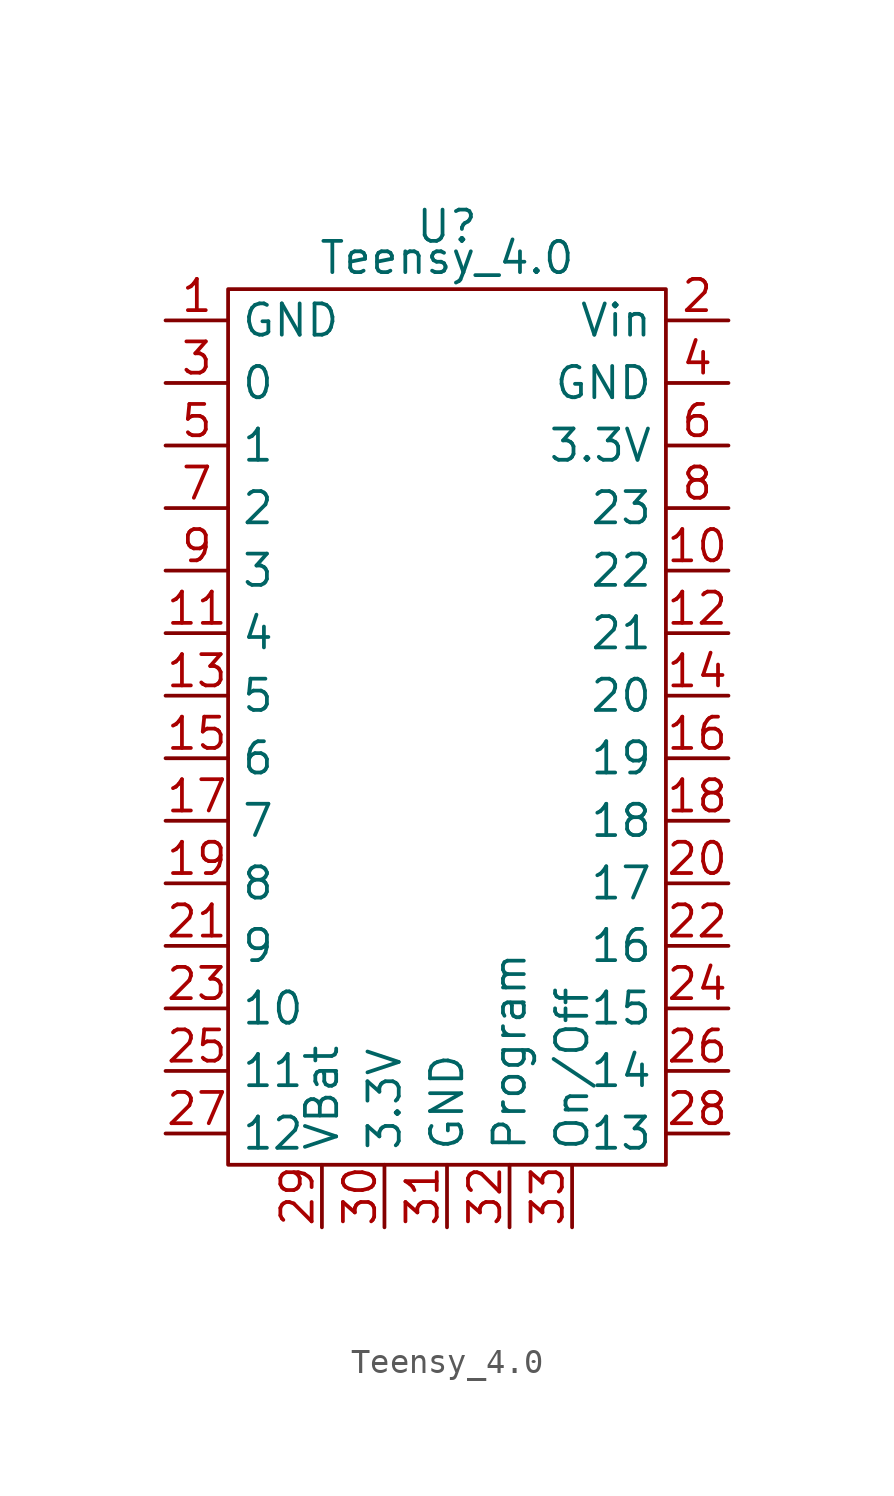
<source format=kicad_sym>
(kicad_symbol_lib
  (version 20211014)
  (generator kicad_symbol_editor)
  (symbol "Teensy_4.0"
    (property "Reference" "U"
      (at 0 0 0)
      (effects (font (size 1.27 1.27))))
    (property "Value" "Teensy_4.0"
      (at 0 -1.27 0)
      (effects (font (size 1.27 1.27))))
    (symbol "Teensy_4.0_0_1"
      (rectangle (start -8.89 -2.54) (end 8.89 -38.1) (stroke (width 0) (type default) (color 0 0 0 0)) (fill (type none))))
    (symbol "Teensy_4.0_1_0"
      (pin input line (at 11.43 -6.35 180) (length 2.54) (name "GND" (effects (font (size 1.27 1.27)))) (number "4" (effects (font (size 1.27 1.27))))))
    (symbol "Teensy_4.0_1_1"
      (pin input line (at -11.43 -3.81 0) (length 2.54) (name "GND" (effects (font (size 1.27 1.27)))) (number "1" (effects (font (size 1.27 1.27)))))
      (pin input line (at 11.43 -13.97 180) (length 2.54) (name "22" (effects (font (size 1.27 1.27)))) (number "10" (effects (font (size 1.27 1.27)))))
      (pin input line (at -11.43 -16.51 0) (length 2.54) (name "4" (effects (font (size 1.27 1.27)))) (number "11" (effects (font (size 1.27 1.27)))))
      (pin input line (at 11.43 -16.51 180) (length 2.54) (name "21" (effects (font (size 1.27 1.27)))) (number "12" (effects (font (size 1.27 1.27)))))
      (pin input line (at -11.43 -19.05 0) (length 2.54) (name "5" (effects (font (size 1.27 1.27)))) (number "13" (effects (font (size 1.27 1.27)))))
      (pin input line (at 11.43 -19.05 180) (length 2.54) (name "20" (effects (font (size 1.27 1.27)))) (number "14" (effects (font (size 1.27 1.27)))))
      (pin input line (at -11.43 -21.59 0) (length 2.54) (name "6" (effects (font (size 1.27 1.27)))) (number "15" (effects (font (size 1.27 1.27)))))
      (pin input line (at 11.43 -21.59 180) (length 2.54) (name "19" (effects (font (size 1.27 1.27)))) (number "16" (effects (font (size 1.27 1.27)))))
      (pin input line (at -11.43 -24.13 0) (length 2.54) (name "7" (effects (font (size 1.27 1.27)))) (number "17" (effects (font (size 1.27 1.27)))))
      (pin input line (at 11.43 -24.13 180) (length 2.54) (name "18" (effects (font (size 1.27 1.27)))) (number "18" (effects (font (size 1.27 1.27)))))
      (pin input line (at -11.43 -26.67 0) (length 2.54) (name "8" (effects (font (size 1.27 1.27)))) (number "19" (effects (font (size 1.27 1.27)))))
      (pin input line (at 11.43 -3.81 180) (length 2.54) (name "Vin" (effects (font (size 1.27 1.27)))) (number "2" (effects (font (size 1.27 1.27)))))
      (pin input line (at 11.43 -26.67 180) (length 2.54) (name "17" (effects (font (size 1.27 1.27)))) (number "20" (effects (font (size 1.27 1.27)))))
      (pin input line (at -11.43 -29.21 0) (length 2.54) (name "9" (effects (font (size 1.27 1.27)))) (number "21" (effects (font (size 1.27 1.27)))))
      (pin input line (at 11.43 -29.21 180) (length 2.54) (name "16" (effects (font (size 1.27 1.27)))) (number "22" (effects (font (size 1.27 1.27)))))
      (pin input line (at -11.43 -31.75 0) (length 2.54) (name "10" (effects (font (size 1.27 1.27)))) (number "23" (effects (font (size 1.27 1.27)))))
      (pin input line (at 11.43 -31.75 180) (length 2.54) (name "15" (effects (font (size 1.27 1.27)))) (number "24" (effects (font (size 1.27 1.27)))))
      (pin input line (at -11.43 -34.29 0) (length 2.54) (name "11" (effects (font (size 1.27 1.27)))) (number "25" (effects (font (size 1.27 1.27)))))
      (pin input line (at 11.43 -34.29 180) (length 2.54) (name "14" (effects (font (size 1.27 1.27)))) (number "26" (effects (font (size 1.27 1.27)))))
      (pin input line (at -11.43 -36.83 0) (length 2.54) (name "12" (effects (font (size 1.27 1.27)))) (number "27" (effects (font (size 1.27 1.27)))))
      (pin input line (at 11.43 -36.83 180) (length 2.54) (name "13" (effects (font (size 1.27 1.27)))) (number "28" (effects (font (size 1.27 1.27)))))
      (pin input line (at -5.08 -40.64 90) (length 2.54) (name "VBat" (effects (font (size 1.27 1.27)))) (number "29" (effects (font (size 1.27 1.27)))))
      (pin input line (at -11.43 -6.35 0) (length 2.54) (name "0" (effects (font (size 1.27 1.27)))) (number "3" (effects (font (size 1.27 1.27)))))
      (pin input line (at -2.54 -40.64 90) (length 2.54) (name "3.3V" (effects (font (size 1.27 1.27)))) (number "30" (effects (font (size 1.27 1.27)))))
      (pin input line (at 0 -40.64 90) (length 2.54) (name "GND" (effects (font (size 1.27 1.27)))) (number "31" (effects (font (size 1.27 1.27)))))
      (pin input line (at 2.54 -40.64 90) (length 2.54) (name "Program" (effects (font (size 1.27 1.27)))) (number "32" (effects (font (size 1.27 1.27)))))
      (pin input line (at 5.08 -40.64 90) (length 2.54) (name "On/Off" (effects (font (size 1.27 1.27)))) (number "33" (effects (font (size 1.27 1.27)))))
      (pin input line (at -11.43 -8.89 0) (length 2.54) (name "1" (effects (font (size 1.27 1.27)))) (number "5" (effects (font (size 1.27 1.27)))))
      (pin input line (at 11.43 -8.89 180) (length 2.54) (name "3.3V" (effects (font (size 1.27 1.27)))) (number "6" (effects (font (size 1.27 1.27)))))
      (pin input line (at -11.43 -11.43 0) (length 2.54) (name "2" (effects (font (size 1.27 1.27)))) (number "7" (effects (font (size 1.27 1.27)))))
      (pin input line (at 11.43 -11.43 180) (length 2.54) (name "23" (effects (font (size 1.27 1.27)))) (number "8" (effects (font (size 1.27 1.27)))))
      (pin input line (at -11.43 -13.97 0) (length 2.54) (name "3" (effects (font (size 1.27 1.27)))) (number "9" (effects (font (size 1.27 1.27))))))))
</source>
